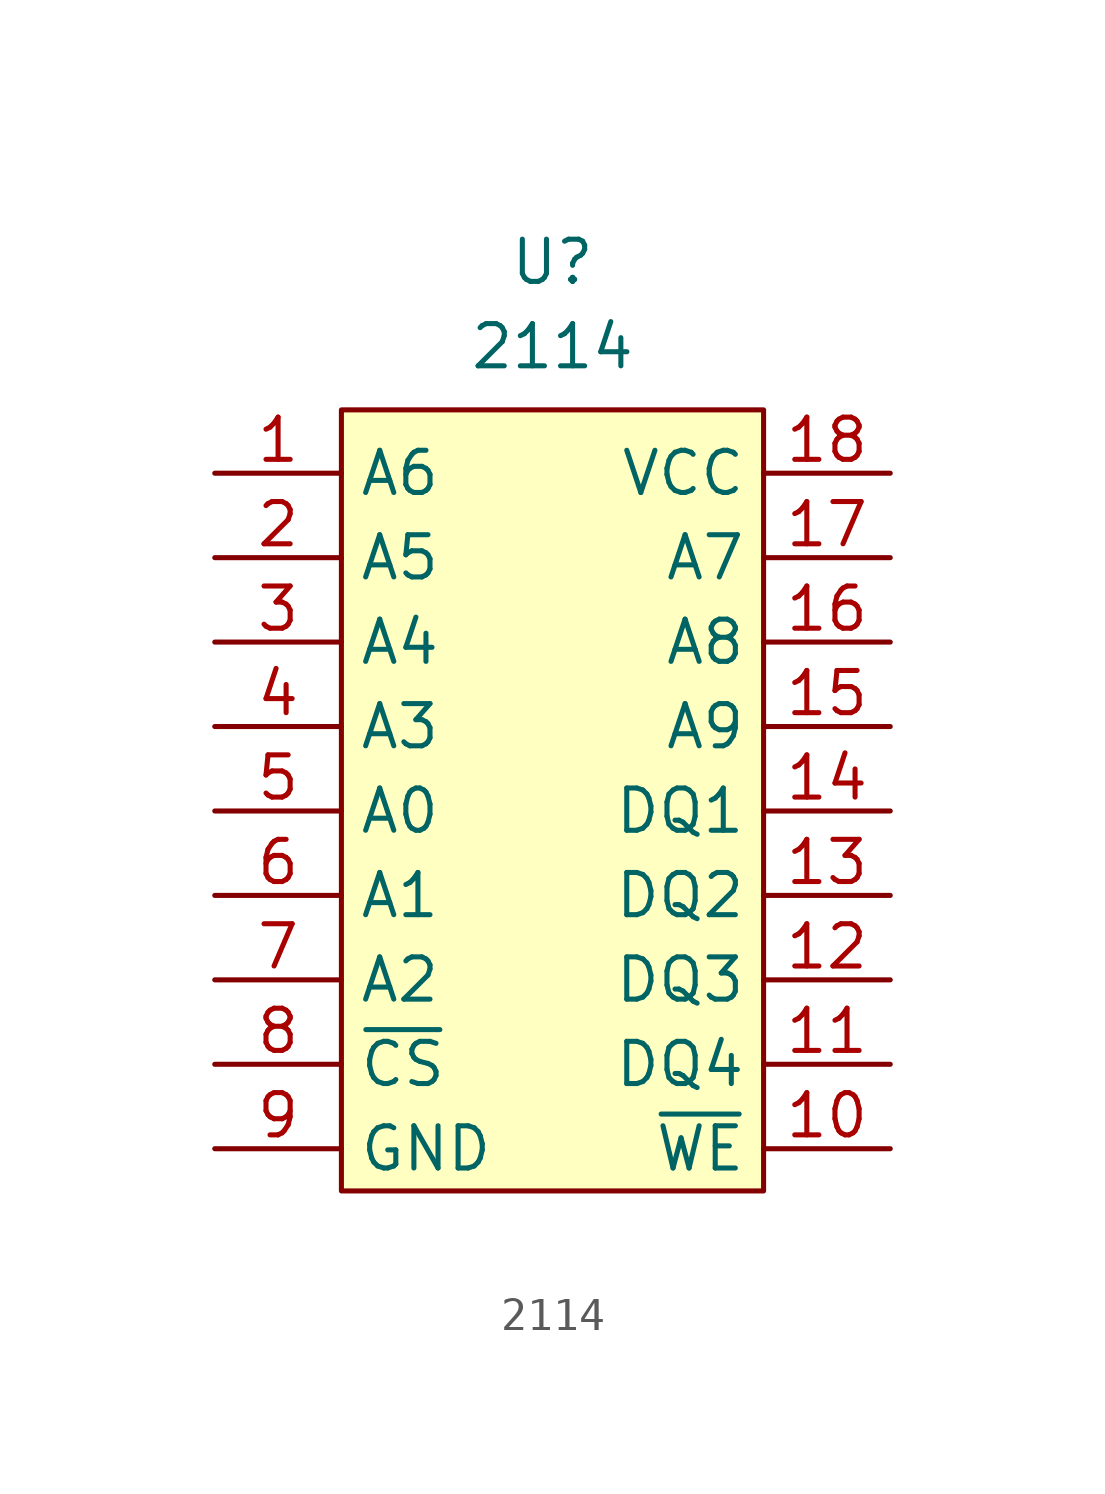
<source format=kicad_sym>
(kicad_symbol_lib
  (version 20220914)
  (generator kicad_symbol_editor)
  (symbol "2114"
    (property "Reference" "U"
      (at 0 16.51 0)
      (effects (font (size 1.27 1.27))))
    (property "Value" "2114"
      (at 0 13.97 0)
      (effects (font (size 1.27 1.27))))
    (symbol "2114_1_1"
      (rectangle (start -6.35 12.065) (end 6.35 -11.43) (stroke (width 0) (type default)) (fill (type background)))
      (pin input line (at -10.16 10.16 0) (length 3.81) (name "A6" (effects (font (size 1.27 1.27)))) (number "1" (effects (font (size 1.27 1.27)))))
      (pin input line (at 10.16 -10.16 180) (length 3.81) (name "~{WE}" (effects (font (size 1.27 1.27)))) (number "10" (effects (font (size 1.27 1.27)))))
      (pin bidirectional line (at 10.16 -7.62 180) (length 3.81) (name "DQ4" (effects (font (size 1.27 1.27)))) (number "11" (effects (font (size 1.27 1.27)))))
      (pin bidirectional line (at 10.16 -5.08 180) (length 3.81) (name "DQ3" (effects (font (size 1.27 1.27)))) (number "12" (effects (font (size 1.27 1.27)))))
      (pin bidirectional line (at 10.16 -2.54 180) (length 3.81) (name "DQ2" (effects (font (size 1.27 1.27)))) (number "13" (effects (font (size 1.27 1.27)))))
      (pin bidirectional line (at 10.16 0 180) (length 3.81) (name "DQ1" (effects (font (size 1.27 1.27)))) (number "14" (effects (font (size 1.27 1.27)))))
      (pin input line (at 10.16 2.54 180) (length 3.81) (name "A9" (effects (font (size 1.27 1.27)))) (number "15" (effects (font (size 1.27 1.27)))))
      (pin input line (at 10.16 5.08 180) (length 3.81) (name "A8" (effects (font (size 1.27 1.27)))) (number "16" (effects (font (size 1.27 1.27)))))
      (pin input line (at 10.16 7.62 180) (length 3.81) (name "A7" (effects (font (size 1.27 1.27)))) (number "17" (effects (font (size 1.27 1.27)))))
      (pin power_in line (at 10.16 10.16 180) (length 3.81) (name "VCC" (effects (font (size 1.27 1.27)))) (number "18" (effects (font (size 1.27 1.27)))))
      (pin input line (at -10.16 7.62 0) (length 3.81) (name "A5" (effects (font (size 1.27 1.27)))) (number "2" (effects (font (size 1.27 1.27)))))
      (pin input line (at -10.16 5.08 0) (length 3.81) (name "A4" (effects (font (size 1.27 1.27)))) (number "3" (effects (font (size 1.27 1.27)))))
      (pin input line (at -10.16 2.54 0) (length 3.81) (name "A3" (effects (font (size 1.27 1.27)))) (number "4" (effects (font (size 1.27 1.27)))))
      (pin input line (at -10.16 0 0) (length 3.81) (name "A0" (effects (font (size 1.27 1.27)))) (number "5" (effects (font (size 1.27 1.27)))))
      (pin input line (at -10.16 -2.54 0) (length 3.81) (name "A1" (effects (font (size 1.27 1.27)))) (number "6" (effects (font (size 1.27 1.27)))))
      (pin input line (at -10.16 -5.08 0) (length 3.81) (name "A2" (effects (font (size 1.27 1.27)))) (number "7" (effects (font (size 1.27 1.27)))))
      (pin input line (at -10.16 -7.62 0) (length 3.81) (name "~{CS}" (effects (font (size 1.27 1.27)))) (number "8" (effects (font (size 1.27 1.27)))))
      (pin power_in line (at -10.16 -10.16 0) (length 3.81) (name "GND" (effects (font (size 1.27 1.27)))) (number "9" (effects (font (size 1.27 1.27))))))))
</source>
